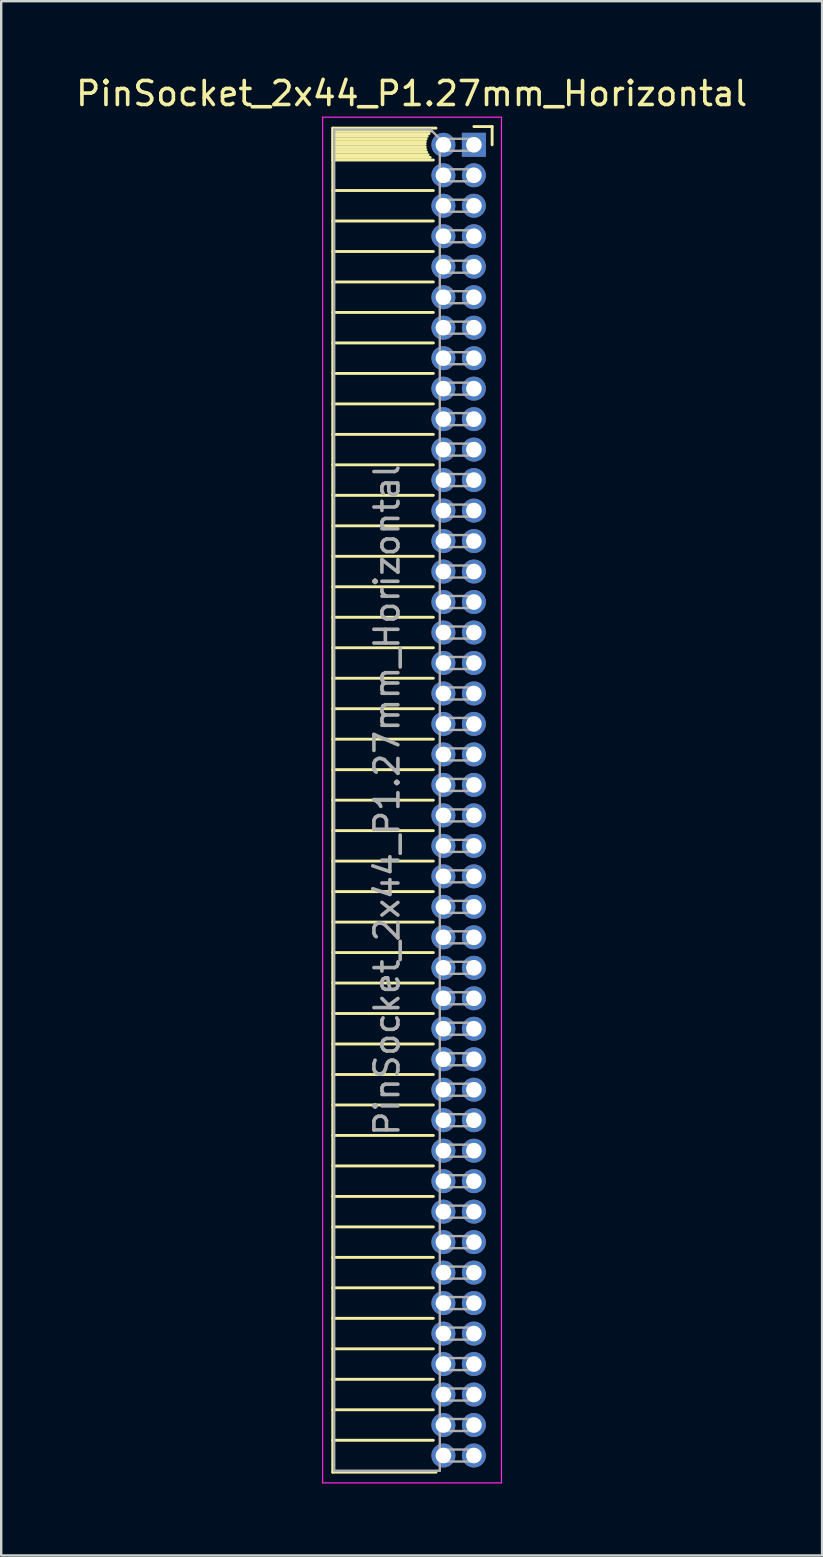
<source format=kicad_pcb>
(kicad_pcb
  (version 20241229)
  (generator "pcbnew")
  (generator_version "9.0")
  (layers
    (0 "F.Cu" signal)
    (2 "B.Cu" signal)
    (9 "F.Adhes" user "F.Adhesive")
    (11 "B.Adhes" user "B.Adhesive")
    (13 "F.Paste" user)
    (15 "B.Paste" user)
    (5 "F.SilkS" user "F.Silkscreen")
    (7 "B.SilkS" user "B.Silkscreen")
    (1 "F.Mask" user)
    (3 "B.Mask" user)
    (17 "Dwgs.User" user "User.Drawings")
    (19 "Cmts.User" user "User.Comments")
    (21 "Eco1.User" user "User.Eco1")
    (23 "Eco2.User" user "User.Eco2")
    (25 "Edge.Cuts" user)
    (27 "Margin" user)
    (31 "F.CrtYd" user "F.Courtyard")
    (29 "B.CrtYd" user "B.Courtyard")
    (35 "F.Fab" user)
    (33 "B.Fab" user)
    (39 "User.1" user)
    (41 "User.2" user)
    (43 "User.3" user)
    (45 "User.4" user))
  (footprint "PinSocket_2x44_P1.27mm_Horizontal"
    (layer "F.Cu")
    (at 16.694 2.983)
    (property "Reference" "PinSocket_2x44_P1.27mm_Horizontal" (at -2.592 -2.135 0) (layer "F.SilkS") (effects (font (size 1 1) (thickness 0.15))))
    (attr through_hole)
    (fp_line (start -5.88 -0.695) (end -5.88 55.305) (stroke (width 0.12) (type solid)) (layer "F.SilkS"))
    (fp_line (start -5.88 -0.695) (end -1.578 -0.695) (stroke (width 0.12) (type solid)) (layer "F.SilkS"))
    (fp_line (start -5.88 -0.575) (end -1.767 -0.575) (stroke (width 0.12) (type solid)) (layer "F.SilkS"))
    (fp_line (start -5.88 -0.465) (end -1.871 -0.465) (stroke (width 0.12) (type solid)) (layer "F.SilkS"))
    (fp_line (start -5.88 -0.355) (end -1.942 -0.355) (stroke (width 0.12) (type solid)) (layer "F.SilkS"))
    (fp_line (start -5.88 -0.245) (end -1.989 -0.245) (stroke (width 0.12) (type solid)) (layer "F.SilkS"))
    (fp_line (start -5.88 -0.135) (end -2.018 -0.135) (stroke (width 0.12) (type solid)) (layer "F.SilkS"))
    (fp_line (start -5.88 -0.025) (end -2.03 -0.025) (stroke (width 0.12) (type solid)) (layer "F.SilkS"))
    (fp_line (start -5.88 0.085) (end -2.025 0.085) (stroke (width 0.12) (type solid)) (layer "F.SilkS"))
    (fp_line (start -5.88 0.195) (end -2.005 0.195) (stroke (width 0.12) (type solid)) (layer "F.SilkS"))
    (fp_line (start -5.88 0.305) (end -1.966 0.305) (stroke (width 0.12) (type solid)) (layer "F.SilkS"))
    (fp_line (start -5.88 0.415) (end -1.907 0.415) (stroke (width 0.12) (type solid)) (layer "F.SilkS"))
    (fp_line (start -5.88 0.525) (end -1.82 0.525) (stroke (width 0.12) (type solid)) (layer "F.SilkS"))
    (fp_line (start -5.88 0.635) (end -1.688 0.635) (stroke (width 0.12) (type solid)) (layer "F.SilkS"))
    (fp_line (start -5.88 1.905) (end -1.688 1.905) (stroke (width 0.12) (type solid)) (layer "F.SilkS"))
    (fp_line (start -5.88 3.175) (end -1.688 3.175) (stroke (width 0.12) (type solid)) (layer "F.SilkS"))
    (fp_line (start -5.88 4.445) (end -1.688 4.445) (stroke (width 0.12) (type solid)) (layer "F.SilkS"))
    (fp_line (start -5.88 5.715) (end -1.688 5.715) (stroke (width 0.12) (type solid)) (layer "F.SilkS"))
    (fp_line (start -5.88 6.985) (end -1.688 6.985) (stroke (width 0.12) (type solid)) (layer "F.SilkS"))
    (fp_line (start -5.88 8.255) (end -1.688 8.255) (stroke (width 0.12) (type solid)) (layer "F.SilkS"))
    (fp_line (start -5.88 9.525) (end -1.688 9.525) (stroke (width 0.12) (type solid)) (layer "F.SilkS"))
    (fp_line (start -5.88 10.795) (end -1.688 10.795) (stroke (width 0.12) (type solid)) (layer "F.SilkS"))
    (fp_line (start -5.88 12.065) (end -1.688 12.065) (stroke (width 0.12) (type solid)) (layer "F.SilkS"))
    (fp_line (start -5.88 13.335) (end -1.688 13.335) (stroke (width 0.12) (type solid)) (layer "F.SilkS"))
    (fp_line (start -5.88 14.605) (end -1.688 14.605) (stroke (width 0.12) (type solid)) (layer "F.SilkS"))
    (fp_line (start -5.88 15.875) (end -1.688 15.875) (stroke (width 0.12) (type solid)) (layer "F.SilkS"))
    (fp_line (start -5.88 17.145) (end -1.688 17.145) (stroke (width 0.12) (type solid)) (layer "F.SilkS"))
    (fp_line (start -5.88 18.415) (end -1.688 18.415) (stroke (width 0.12) (type solid)) (layer "F.SilkS"))
    (fp_line (start -5.88 19.685) (end -1.688 19.685) (stroke (width 0.12) (type solid)) (layer "F.SilkS"))
    (fp_line (start -5.88 20.955) (end -1.688 20.955) (stroke (width 0.12) (type solid)) (layer "F.SilkS"))
    (fp_line (start -5.88 22.225) (end -1.688 22.225) (stroke (width 0.12) (type solid)) (layer "F.SilkS"))
    (fp_line (start -5.88 23.495) (end -1.688 23.495) (stroke (width 0.12) (type solid)) (layer "F.SilkS"))
    (fp_line (start -5.88 24.765) (end -1.688 24.765) (stroke (width 0.12) (type solid)) (layer "F.SilkS"))
    (fp_line (start -5.88 26.035) (end -1.688 26.035) (stroke (width 0.12) (type solid)) (layer "F.SilkS"))
    (fp_line (start -5.88 27.305) (end -1.688 27.305) (stroke (width 0.12) (type solid)) (layer "F.SilkS"))
    (fp_line (start -5.88 28.575) (end -1.688 28.575) (stroke (width 0.12) (type solid)) (layer "F.SilkS"))
    (fp_line (start -5.88 29.845) (end -1.688 29.845) (stroke (width 0.12) (type solid)) (layer "F.SilkS"))
    (fp_line (start -5.88 31.115) (end -1.688 31.115) (stroke (width 0.12) (type solid)) (layer "F.SilkS"))
    (fp_line (start -5.88 32.385) (end -1.688 32.385) (stroke (width 0.12) (type solid)) (layer "F.SilkS"))
    (fp_line (start -5.88 33.655) (end -1.688 33.655) (stroke (width 0.12) (type solid)) (layer "F.SilkS"))
    (fp_line (start -5.88 34.925) (end -1.688 34.925) (stroke (width 0.12) (type solid)) (layer "F.SilkS"))
    (fp_line (start -5.88 36.195) (end -1.688 36.195) (stroke (width 0.12) (type solid)) (layer "F.SilkS"))
    (fp_line (start -5.88 37.465) (end -1.688 37.465) (stroke (width 0.12) (type solid)) (layer "F.SilkS"))
    (fp_line (start -5.88 38.735) (end -1.688 38.735) (stroke (width 0.12) (type solid)) (layer "F.SilkS"))
    (fp_line (start -5.88 40.005) (end -1.688 40.005) (stroke (width 0.12) (type solid)) (layer "F.SilkS"))
    (fp_line (start -5.88 41.275) (end -1.688 41.275) (stroke (width 0.12) (type solid)) (layer "F.SilkS"))
    (fp_line (start -5.88 42.545) (end -1.688 42.545) (stroke (width 0.12) (type solid)) (layer "F.SilkS"))
    (fp_line (start -5.88 43.815) (end -1.688 43.815) (stroke (width 0.12) (type solid)) (layer "F.SilkS"))
    (fp_line (start -5.88 45.085) (end -1.688 45.085) (stroke (width 0.12) (type solid)) (layer "F.SilkS"))
    (fp_line (start -5.88 46.355) (end -1.688 46.355) (stroke (width 0.12) (type solid)) (layer "F.SilkS"))
    (fp_line (start -5.88 47.625) (end -1.688 47.625) (stroke (width 0.12) (type solid)) (layer "F.SilkS"))
    (fp_line (start -5.88 48.895) (end -1.688 48.895) (stroke (width 0.12) (type solid)) (layer "F.SilkS"))
    (fp_line (start -5.88 50.165) (end -1.688 50.165) (stroke (width 0.12) (type solid)) (layer "F.SilkS"))
    (fp_line (start -5.88 51.435) (end -1.688 51.435) (stroke (width 0.12) (type solid)) (layer "F.SilkS"))
    (fp_line (start -5.88 52.705) (end -1.688 52.705) (stroke (width 0.12) (type solid)) (layer "F.SilkS"))
    (fp_line (start -5.88 53.975) (end -1.688 53.975) (stroke (width 0.12) (type solid)) (layer "F.SilkS"))
    (fp_line (start -5.88 55.305) (end -1.578 55.305) (stroke (width 0.12) (type solid)) (layer "F.SilkS"))
    (fp_line (start 0 -0.76) (end 0.76 -0.76) (stroke (width 0.12) (type solid)) (layer "F.SilkS"))
    (fp_line (start 0.76 -0.76) (end 0.76 0) (stroke (width 0.12) (type solid)) (layer "F.SilkS"))
    (fp_line (start -6.3 -1.15) (end -6.3 55.75) (stroke (width 0.05) (type solid)) (layer "F.CrtYd"))
    (fp_line (start -6.3 55.75) (end 1.15 55.75) (stroke (width 0.05) (type solid)) (layer "F.CrtYd"))
    (fp_line (start 1.15 -1.15) (end -6.3 -1.15) (stroke (width 0.05) (type solid)) (layer "F.CrtYd"))
    (fp_line (start 1.15 55.75) (end 1.15 -1.15) (stroke (width 0.05) (type solid)) (layer "F.CrtYd"))
    (fp_line (start -5.82 -0.635) (end -1.805 -0.635) (stroke (width 0.1) (type solid)) (layer "F.Fab"))
    (fp_line (start -5.82 55.245) (end -5.82 -0.635) (stroke (width 0.1) (type solid)) (layer "F.Fab"))
    (fp_line (start -1.805 -0.635) (end -1.42 -0.25) (stroke (width 0.1) (type solid)) (layer "F.Fab"))
    (fp_line (start -1.42 -0.25) (end -1.42 55.245) (stroke (width 0.1) (type solid)) (layer "F.Fab"))
    (fp_line (start -1.42 0.25) (end 0 0.25) (stroke (width 0.1) (type solid)) (layer "F.Fab"))
    (fp_line (start -1.42 1.52) (end 0 1.52) (stroke (width 0.1) (type solid)) (layer "F.Fab"))
    (fp_line (start -1.42 2.79) (end 0 2.79) (stroke (width 0.1) (type solid)) (layer "F.Fab"))
    (fp_line (start -1.42 4.06) (end 0 4.06) (stroke (width 0.1) (type solid)) (layer "F.Fab"))
    (fp_line (start -1.42 5.33) (end 0 5.33) (stroke (width 0.1) (type solid)) (layer "F.Fab"))
    (fp_line (start -1.42 6.6) (end 0 6.6) (stroke (width 0.1) (type solid)) (layer "F.Fab"))
    (fp_line (start -1.42 7.87) (end 0 7.87) (stroke (width 0.1) (type solid)) (layer "F.Fab"))
    (fp_line (start -1.42 9.14) (end 0 9.14) (stroke (width 0.1) (type solid)) (layer "F.Fab"))
    (fp_line (start -1.42 10.41) (end 0 10.41) (stroke (width 0.1) (type solid)) (layer "F.Fab"))
    (fp_line (start -1.42 11.68) (end 0 11.68) (stroke (width 0.1) (type solid)) (layer "F.Fab"))
    (fp_line (start -1.42 12.95) (end 0 12.95) (stroke (width 0.1) (type solid)) (layer "F.Fab"))
    (fp_line (start -1.42 14.22) (end 0 14.22) (stroke (width 0.1) (type solid)) (layer "F.Fab"))
    (fp_line (start -1.42 15.49) (end 0 15.49) (stroke (width 0.1) (type solid)) (layer "F.Fab"))
    (fp_line (start -1.42 16.76) (end 0 16.76) (stroke (width 0.1) (type solid)) (layer "F.Fab"))
    (fp_line (start -1.42 18.03) (end 0 18.03) (stroke (width 0.1) (type solid)) (layer "F.Fab"))
    (fp_line (start -1.42 19.3) (end 0 19.3) (stroke (width 0.1) (type solid)) (layer "F.Fab"))
    (fp_line (start -1.42 20.57) (end 0 20.57) (stroke (width 0.1) (type solid)) (layer "F.Fab"))
    (fp_line (start -1.42 21.84) (end 0 21.84) (stroke (width 0.1) (type solid)) (layer "F.Fab"))
    (fp_line (start -1.42 23.11) (end 0 23.11) (stroke (width 0.1) (type solid)) (layer "F.Fab"))
    (fp_line (start -1.42 24.38) (end 0 24.38) (stroke (width 0.1) (type solid)) (layer "F.Fab"))
    (fp_line (start -1.42 25.65) (end 0 25.65) (stroke (width 0.1) (type solid)) (layer "F.Fab"))
    (fp_line (start -1.42 26.92) (end 0 26.92) (stroke (width 0.1) (type solid)) (layer "F.Fab"))
    (fp_line (start -1.42 28.19) (end 0 28.19) (stroke (width 0.1) (type solid)) (layer "F.Fab"))
    (fp_line (start -1.42 29.46) (end 0 29.46) (stroke (width 0.1) (type solid)) (layer "F.Fab"))
    (fp_line (start -1.42 30.73) (end 0 30.73) (stroke (width 0.1) (type solid)) (layer "F.Fab"))
    (fp_line (start -1.42 32) (end 0 32) (stroke (width 0.1) (type solid)) (layer "F.Fab"))
    (fp_line (start -1.42 33.27) (end 0 33.27) (stroke (width 0.1) (type solid)) (layer "F.Fab"))
    (fp_line (start -1.42 34.54) (end 0 34.54) (stroke (width 0.1) (type solid)) (layer "F.Fab"))
    (fp_line (start -1.42 35.81) (end 0 35.81) (stroke (width 0.1) (type solid)) (layer "F.Fab"))
    (fp_line (start -1.42 37.08) (end 0 37.08) (stroke (width 0.1) (type solid)) (layer "F.Fab"))
    (fp_line (start -1.42 38.35) (end 0 38.35) (stroke (width 0.1) (type solid)) (layer "F.Fab"))
    (fp_line (start -1.42 39.62) (end 0 39.62) (stroke (width 0.1) (type solid)) (layer "F.Fab"))
    (fp_line (start -1.42 40.89) (end 0 40.89) (stroke (width 0.1) (type solid)) (layer "F.Fab"))
    (fp_line (start -1.42 42.16) (end 0 42.16) (stroke (width 0.1) (type solid)) (layer "F.Fab"))
    (fp_line (start -1.42 43.43) (end 0 43.43) (stroke (width 0.1) (type solid)) (layer "F.Fab"))
    (fp_line (start -1.42 44.7) (end 0 44.7) (stroke (width 0.1) (type solid)) (layer "F.Fab"))
    (fp_line (start -1.42 45.97) (end 0 45.97) (stroke (width 0.1) (type solid)) (layer "F.Fab"))
    (fp_line (start -1.42 47.24) (end 0 47.24) (stroke (width 0.1) (type solid)) (layer "F.Fab"))
    (fp_line (start -1.42 48.51) (end 0 48.51) (stroke (width 0.1) (type solid)) (layer "F.Fab"))
    (fp_line (start -1.42 49.78) (end 0 49.78) (stroke (width 0.1) (type solid)) (layer "F.Fab"))
    (fp_line (start -1.42 51.05) (end 0 51.05) (stroke (width 0.1) (type solid)) (layer "F.Fab"))
    (fp_line (start -1.42 52.32) (end 0 52.32) (stroke (width 0.1) (type solid)) (layer "F.Fab"))
    (fp_line (start -1.42 53.59) (end 0 53.59) (stroke (width 0.1) (type solid)) (layer "F.Fab"))
    (fp_line (start -1.42 54.86) (end 0 54.86) (stroke (width 0.1) (type solid)) (layer "F.Fab"))
    (fp_line (start -1.42 55.245) (end -5.82 55.245) (stroke (width 0.1) (type solid)) (layer "F.Fab"))
    (fp_line (start 0 -0.25) (end -1.42 -0.25) (stroke (width 0.1) (type solid)) (layer "F.Fab"))
    (fp_line (start 0 0.25) (end 0 -0.25) (stroke (width 0.1) (type solid)) (layer "F.Fab"))
    (fp_line (start 0 1.02) (end -1.42 1.02) (stroke (width 0.1) (type solid)) (layer "F.Fab"))
    (fp_line (start 0 1.52) (end 0 1.02) (stroke (width 0.1) (type solid)) (layer "F.Fab"))
    (fp_line (start 0 2.29) (end -1.42 2.29) (stroke (width 0.1) (type solid)) (layer "F.Fab"))
    (fp_line (start 0 2.79) (end 0 2.29) (stroke (width 0.1) (type solid)) (layer "F.Fab"))
    (fp_line (start 0 3.56) (end -1.42 3.56) (stroke (width 0.1) (type solid)) (layer "F.Fab"))
    (fp_line (start 0 4.06) (end 0 3.56) (stroke (width 0.1) (type solid)) (layer "F.Fab"))
    (fp_line (start 0 4.83) (end -1.42 4.83) (stroke (width 0.1) (type solid)) (layer "F.Fab"))
    (fp_line (start 0 5.33) (end 0 4.83) (stroke (width 0.1) (type solid)) (layer "F.Fab"))
    (fp_line (start 0 6.1) (end -1.42 6.1) (stroke (width 0.1) (type solid)) (layer "F.Fab"))
    (fp_line (start 0 6.6) (end 0 6.1) (stroke (width 0.1) (type solid)) (layer "F.Fab"))
    (fp_line (start 0 7.37) (end -1.42 7.37) (stroke (width 0.1) (type solid)) (layer "F.Fab"))
    (fp_line (start 0 7.87) (end 0 7.37) (stroke (width 0.1) (type solid)) (layer "F.Fab"))
    (fp_line (start 0 8.64) (end -1.42 8.64) (stroke (width 0.1) (type solid)) (layer "F.Fab"))
    (fp_line (start 0 9.14) (end 0 8.64) (stroke (width 0.1) (type solid)) (layer "F.Fab"))
    (fp_line (start 0 9.91) (end -1.42 9.91) (stroke (width 0.1) (type solid)) (layer "F.Fab"))
    (fp_line (start 0 10.41) (end 0 9.91) (stroke (width 0.1) (type solid)) (layer "F.Fab"))
    (fp_line (start 0 11.18) (end -1.42 11.18) (stroke (width 0.1) (type solid)) (layer "F.Fab"))
    (fp_line (start 0 11.68) (end 0 11.18) (stroke (width 0.1) (type solid)) (layer "F.Fab"))
    (fp_line (start 0 12.45) (end -1.42 12.45) (stroke (width 0.1) (type solid)) (layer "F.Fab"))
    (fp_line (start 0 12.95) (end 0 12.45) (stroke (width 0.1) (type solid)) (layer "F.Fab"))
    (fp_line (start 0 13.72) (end -1.42 13.72) (stroke (width 0.1) (type solid)) (layer "F.Fab"))
    (fp_line (start 0 14.22) (end 0 13.72) (stroke (width 0.1) (type solid)) (layer "F.Fab"))
    (fp_line (start 0 14.99) (end -1.42 14.99) (stroke (width 0.1) (type solid)) (layer "F.Fab"))
    (fp_line (start 0 15.49) (end 0 14.99) (stroke (width 0.1) (type solid)) (layer "F.Fab"))
    (fp_line (start 0 16.26) (end -1.42 16.26) (stroke (width 0.1) (type solid)) (layer "F.Fab"))
    (fp_line (start 0 16.76) (end 0 16.26) (stroke (width 0.1) (type solid)) (layer "F.Fab"))
    (fp_line (start 0 17.53) (end -1.42 17.53) (stroke (width 0.1) (type solid)) (layer "F.Fab"))
    (fp_line (start 0 18.03) (end 0 17.53) (stroke (width 0.1) (type solid)) (layer "F.Fab"))
    (fp_line (start 0 18.8) (end -1.42 18.8) (stroke (width 0.1) (type solid)) (layer "F.Fab"))
    (fp_line (start 0 19.3) (end 0 18.8) (stroke (width 0.1) (type solid)) (layer "F.Fab"))
    (fp_line (start 0 20.07) (end -1.42 20.07) (stroke (width 0.1) (type solid)) (layer "F.Fab"))
    (fp_line (start 0 20.57) (end 0 20.07) (stroke (width 0.1) (type solid)) (layer "F.Fab"))
    (fp_line (start 0 21.34) (end -1.42 21.34) (stroke (width 0.1) (type solid)) (layer "F.Fab"))
    (fp_line (start 0 21.84) (end 0 21.34) (stroke (width 0.1) (type solid)) (layer "F.Fab"))
    (fp_line (start 0 22.61) (end -1.42 22.61) (stroke (width 0.1) (type solid)) (layer "F.Fab"))
    (fp_line (start 0 23.11) (end 0 22.61) (stroke (width 0.1) (type solid)) (layer "F.Fab"))
    (fp_line (start 0 23.88) (end -1.42 23.88) (stroke (width 0.1) (type solid)) (layer "F.Fab"))
    (fp_line (start 0 24.38) (end 0 23.88) (stroke (width 0.1) (type solid)) (layer "F.Fab"))
    (fp_line (start 0 25.15) (end -1.42 25.15) (stroke (width 0.1) (type solid)) (layer "F.Fab"))
    (fp_line (start 0 25.65) (end 0 25.15) (stroke (width 0.1) (type solid)) (layer "F.Fab"))
    (fp_line (start 0 26.42) (end -1.42 26.42) (stroke (width 0.1) (type solid)) (layer "F.Fab"))
    (fp_line (start 0 26.92) (end 0 26.42) (stroke (width 0.1) (type solid)) (layer "F.Fab"))
    (fp_line (start 0 27.69) (end -1.42 27.69) (stroke (width 0.1) (type solid)) (layer "F.Fab"))
    (fp_line (start 0 28.19) (end 0 27.69) (stroke (width 0.1) (type solid)) (layer "F.Fab"))
    (fp_line (start 0 28.96) (end -1.42 28.96) (stroke (width 0.1) (type solid)) (layer "F.Fab"))
    (fp_line (start 0 29.46) (end 0 28.96) (stroke (width 0.1) (type solid)) (layer "F.Fab"))
    (fp_line (start 0 30.23) (end -1.42 30.23) (stroke (width 0.1) (type solid)) (layer "F.Fab"))
    (fp_line (start 0 30.73) (end 0 30.23) (stroke (width 0.1) (type solid)) (layer "F.Fab"))
    (fp_line (start 0 31.5) (end -1.42 31.5) (stroke (width 0.1) (type solid)) (layer "F.Fab"))
    (fp_line (start 0 32) (end 0 31.5) (stroke (width 0.1) (type solid)) (layer "F.Fab"))
    (fp_line (start 0 32.77) (end -1.42 32.77) (stroke (width 0.1) (type solid)) (layer "F.Fab"))
    (fp_line (start 0 33.27) (end 0 32.77) (stroke (width 0.1) (type solid)) (layer "F.Fab"))
    (fp_line (start 0 34.04) (end -1.42 34.04) (stroke (width 0.1) (type solid)) (layer "F.Fab"))
    (fp_line (start 0 34.54) (end 0 34.04) (stroke (width 0.1) (type solid)) (layer "F.Fab"))
    (fp_line (start 0 35.31) (end -1.42 35.31) (stroke (width 0.1) (type solid)) (layer "F.Fab"))
    (fp_line (start 0 35.81) (end 0 35.31) (stroke (width 0.1) (type solid)) (layer "F.Fab"))
    (fp_line (start 0 36.58) (end -1.42 36.58) (stroke (width 0.1) (type solid)) (layer "F.Fab"))
    (fp_line (start 0 37.08) (end 0 36.58) (stroke (width 0.1) (type solid)) (layer "F.Fab"))
    (fp_line (start 0 37.85) (end -1.42 37.85) (stroke (width 0.1) (type solid)) (layer "F.Fab"))
    (fp_line (start 0 38.35) (end 0 37.85) (stroke (width 0.1) (type solid)) (layer "F.Fab"))
    (fp_line (start 0 39.12) (end -1.42 39.12) (stroke (width 0.1) (type solid)) (layer "F.Fab"))
    (fp_line (start 0 39.62) (end 0 39.12) (stroke (width 0.1) (type solid)) (layer "F.Fab"))
    (fp_line (start 0 40.39) (end -1.42 40.39) (stroke (width 0.1) (type solid)) (layer "F.Fab"))
    (fp_line (start 0 40.89) (end 0 40.39) (stroke (width 0.1) (type solid)) (layer "F.Fab"))
    (fp_line (start 0 41.66) (end -1.42 41.66) (stroke (width 0.1) (type solid)) (layer "F.Fab"))
    (fp_line (start 0 42.16) (end 0 41.66) (stroke (width 0.1) (type solid)) (layer "F.Fab"))
    (fp_line (start 0 42.93) (end -1.42 42.93) (stroke (width 0.1) (type solid)) (layer "F.Fab"))
    (fp_line (start 0 43.43) (end 0 42.93) (stroke (width 0.1) (type solid)) (layer "F.Fab"))
    (fp_line (start 0 44.2) (end -1.42 44.2) (stroke (width 0.1) (type solid)) (layer "F.Fab"))
    (fp_line (start 0 44.7) (end 0 44.2) (stroke (width 0.1) (type solid)) (layer "F.Fab"))
    (fp_line (start 0 45.47) (end -1.42 45.47) (stroke (width 0.1) (type solid)) (layer "F.Fab"))
    (fp_line (start 0 45.97) (end 0 45.47) (stroke (width 0.1) (type solid)) (layer "F.Fab"))
    (fp_line (start 0 46.74) (end -1.42 46.74) (stroke (width 0.1) (type solid)) (layer "F.Fab"))
    (fp_line (start 0 47.24) (end 0 46.74) (stroke (width 0.1) (type solid)) (layer "F.Fab"))
    (fp_line (start 0 48.01) (end -1.42 48.01) (stroke (width 0.1) (type solid)) (layer "F.Fab"))
    (fp_line (start 0 48.51) (end 0 48.01) (stroke (width 0.1) (type solid)) (layer "F.Fab"))
    (fp_line (start 0 49.28) (end -1.42 49.28) (stroke (width 0.1) (type solid)) (layer "F.Fab"))
    (fp_line (start 0 49.78) (end 0 49.28) (stroke (width 0.1) (type solid)) (layer "F.Fab"))
    (fp_line (start 0 50.55) (end -1.42 50.55) (stroke (width 0.1) (type solid)) (layer "F.Fab"))
    (fp_line (start 0 51.05) (end 0 50.55) (stroke (width 0.1) (type solid)) (layer "F.Fab"))
    (fp_line (start 0 51.82) (end -1.42 51.82) (stroke (width 0.1) (type solid)) (layer "F.Fab"))
    (fp_line (start 0 52.32) (end 0 51.82) (stroke (width 0.1) (type solid)) (layer "F.Fab"))
    (fp_line (start 0 53.09) (end -1.42 53.09) (stroke (width 0.1) (type solid)) (layer "F.Fab"))
    (fp_line (start 0 53.59) (end 0 53.09) (stroke (width 0.1) (type solid)) (layer "F.Fab"))
    (fp_line (start 0 54.36) (end -1.42 54.36) (stroke (width 0.1) (type solid)) (layer "F.Fab"))
    (fp_line (start 0 54.86) (end 0 54.36) (stroke (width 0.1) (type solid)) (layer "F.Fab"))
    (fp_text user "${REFERENCE}" (at -3.62 27.305 90) (layer "F.Fab") (effects (font (size 1 1) (thickness 0.15))))
    (pad "1" thru_hole rect (at 0 0) (size 1 1) (drill 0.65) (layers "*.Cu" "*.Mask"))
    (pad "2" thru_hole circle (at -1.27 0) (size 1 1) (drill 0.65) (layers "*.Cu" "*.Mask"))
    (pad "3" thru_hole circle (at 0 1.27) (size 1 1) (drill 0.65) (layers "*.Cu" "*.Mask"))
    (pad "4" thru_hole circle (at -1.27 1.27) (size 1 1) (drill 0.65) (layers "*.Cu" "*.Mask"))
    (pad "5" thru_hole circle (at 0 2.54) (size 1 1) (drill 0.65) (layers "*.Cu" "*.Mask"))
    (pad "6" thru_hole circle (at -1.27 2.54) (size 1 1) (drill 0.65) (layers "*.Cu" "*.Mask"))
    (pad "7" thru_hole circle (at 0 3.81) (size 1 1) (drill 0.65) (layers "*.Cu" "*.Mask"))
    (pad "8" thru_hole circle (at -1.27 3.81) (size 1 1) (drill 0.65) (layers "*.Cu" "*.Mask"))
    (pad "9" thru_hole circle (at 0 5.08) (size 1 1) (drill 0.65) (layers "*.Cu" "*.Mask"))
    (pad "10" thru_hole circle (at -1.27 5.08) (size 1 1) (drill 0.65) (layers "*.Cu" "*.Mask"))
    (pad "11" thru_hole circle (at 0 6.35) (size 1 1) (drill 0.65) (layers "*.Cu" "*.Mask"))
    (pad "12" thru_hole circle (at -1.27 6.35) (size 1 1) (drill 0.65) (layers "*.Cu" "*.Mask"))
    (pad "13" thru_hole circle (at 0 7.62) (size 1 1) (drill 0.65) (layers "*.Cu" "*.Mask"))
    (pad "14" thru_hole circle (at -1.27 7.62) (size 1 1) (drill 0.65) (layers "*.Cu" "*.Mask"))
    (pad "15" thru_hole circle (at 0 8.89) (size 1 1) (drill 0.65) (layers "*.Cu" "*.Mask"))
    (pad "16" thru_hole circle (at -1.27 8.89) (size 1 1) (drill 0.65) (layers "*.Cu" "*.Mask"))
    (pad "17" thru_hole circle (at 0 10.16) (size 1 1) (drill 0.65) (layers "*.Cu" "*.Mask"))
    (pad "18" thru_hole circle (at -1.27 10.16) (size 1 1) (drill 0.65) (layers "*.Cu" "*.Mask"))
    (pad "19" thru_hole circle (at 0 11.43) (size 1 1) (drill 0.65) (layers "*.Cu" "*.Mask"))
    (pad "20" thru_hole circle (at -1.27 11.43) (size 1 1) (drill 0.65) (layers "*.Cu" "*.Mask"))
    (pad "21" thru_hole circle (at 0 12.7) (size 1 1) (drill 0.65) (layers "*.Cu" "*.Mask"))
    (pad "22" thru_hole circle (at -1.27 12.7) (size 1 1) (drill 0.65) (layers "*.Cu" "*.Mask"))
    (pad "23" thru_hole circle (at 0 13.97) (size 1 1) (drill 0.65) (layers "*.Cu" "*.Mask"))
    (pad "24" thru_hole circle (at -1.27 13.97) (size 1 1) (drill 0.65) (layers "*.Cu" "*.Mask"))
    (pad "25" thru_hole circle (at 0 15.24) (size 1 1) (drill 0.65) (layers "*.Cu" "*.Mask"))
    (pad "26" thru_hole circle (at -1.27 15.24) (size 1 1) (drill 0.65) (layers "*.Cu" "*.Mask"))
    (pad "27" thru_hole circle (at 0 16.51) (size 1 1) (drill 0.65) (layers "*.Cu" "*.Mask"))
    (pad "28" thru_hole circle (at -1.27 16.51) (size 1 1) (drill 0.65) (layers "*.Cu" "*.Mask"))
    (pad "29" thru_hole circle (at 0 17.78) (size 1 1) (drill 0.65) (layers "*.Cu" "*.Mask"))
    (pad "30" thru_hole circle (at -1.27 17.78) (size 1 1) (drill 0.65) (layers "*.Cu" "*.Mask"))
    (pad "31" thru_hole circle (at 0 19.05) (size 1 1) (drill 0.65) (layers "*.Cu" "*.Mask"))
    (pad "32" thru_hole circle (at -1.27 19.05) (size 1 1) (drill 0.65) (layers "*.Cu" "*.Mask"))
    (pad "33" thru_hole circle (at 0 20.32) (size 1 1) (drill 0.65) (layers "*.Cu" "*.Mask"))
    (pad "34" thru_hole circle (at -1.27 20.32) (size 1 1) (drill 0.65) (layers "*.Cu" "*.Mask"))
    (pad "35" thru_hole circle (at 0 21.59) (size 1 1) (drill 0.65) (layers "*.Cu" "*.Mask"))
    (pad "36" thru_hole circle (at -1.27 21.59) (size 1 1) (drill 0.65) (layers "*.Cu" "*.Mask"))
    (pad "37" thru_hole circle (at 0 22.86) (size 1 1) (drill 0.65) (layers "*.Cu" "*.Mask"))
    (pad "38" thru_hole circle (at -1.27 22.86) (size 1 1) (drill 0.65) (layers "*.Cu" "*.Mask"))
    (pad "39" thru_hole circle (at 0 24.13) (size 1 1) (drill 0.65) (layers "*.Cu" "*.Mask"))
    (pad "40" thru_hole circle (at -1.27 24.13) (size 1 1) (drill 0.65) (layers "*.Cu" "*.Mask"))
    (pad "41" thru_hole circle (at 0 25.4) (size 1 1) (drill 0.65) (layers "*.Cu" "*.Mask"))
    (pad "42" thru_hole circle (at -1.27 25.4) (size 1 1) (drill 0.65) (layers "*.Cu" "*.Mask"))
    (pad "43" thru_hole circle (at 0 26.67) (size 1 1) (drill 0.65) (layers "*.Cu" "*.Mask"))
    (pad "44" thru_hole circle (at -1.27 26.67) (size 1 1) (drill 0.65) (layers "*.Cu" "*.Mask"))
    (pad "45" thru_hole circle (at 0 27.94) (size 1 1) (drill 0.65) (layers "*.Cu" "*.Mask"))
    (pad "46" thru_hole circle (at -1.27 27.94) (size 1 1) (drill 0.65) (layers "*.Cu" "*.Mask"))
    (pad "47" thru_hole circle (at 0 29.21) (size 1 1) (drill 0.65) (layers "*.Cu" "*.Mask"))
    (pad "48" thru_hole circle (at -1.27 29.21) (size 1 1) (drill 0.65) (layers "*.Cu" "*.Mask"))
    (pad "49" thru_hole circle (at 0 30.48) (size 1 1) (drill 0.65) (layers "*.Cu" "*.Mask"))
    (pad "50" thru_hole circle (at -1.27 30.48) (size 1 1) (drill 0.65) (layers "*.Cu" "*.Mask"))
    (pad "51" thru_hole circle (at 0 31.75) (size 1 1) (drill 0.65) (layers "*.Cu" "*.Mask"))
    (pad "52" thru_hole circle (at -1.27 31.75) (size 1 1) (drill 0.65) (layers "*.Cu" "*.Mask"))
    (pad "53" thru_hole circle (at 0 33.02) (size 1 1) (drill 0.65) (layers "*.Cu" "*.Mask"))
    (pad "54" thru_hole circle (at -1.27 33.02) (size 1 1) (drill 0.65) (layers "*.Cu" "*.Mask"))
    (pad "55" thru_hole circle (at 0 34.29) (size 1 1) (drill 0.65) (layers "*.Cu" "*.Mask"))
    (pad "56" thru_hole circle (at -1.27 34.29) (size 1 1) (drill 0.65) (layers "*.Cu" "*.Mask"))
    (pad "57" thru_hole circle (at 0 35.56) (size 1 1) (drill 0.65) (layers "*.Cu" "*.Mask"))
    (pad "58" thru_hole circle (at -1.27 35.56) (size 1 1) (drill 0.65) (layers "*.Cu" "*.Mask"))
    (pad "59" thru_hole circle (at 0 36.83) (size 1 1) (drill 0.65) (layers "*.Cu" "*.Mask"))
    (pad "60" thru_hole circle (at -1.27 36.83) (size 1 1) (drill 0.65) (layers "*.Cu" "*.Mask"))
    (pad "61" thru_hole circle (at 0 38.1) (size 1 1) (drill 0.65) (layers "*.Cu" "*.Mask"))
    (pad "62" thru_hole circle (at -1.27 38.1) (size 1 1) (drill 0.65) (layers "*.Cu" "*.Mask"))
    (pad "63" thru_hole circle (at 0 39.37) (size 1 1) (drill 0.65) (layers "*.Cu" "*.Mask"))
    (pad "64" thru_hole circle (at -1.27 39.37) (size 1 1) (drill 0.65) (layers "*.Cu" "*.Mask"))
    (pad "65" thru_hole circle (at 0 40.64) (size 1 1) (drill 0.65) (layers "*.Cu" "*.Mask"))
    (pad "66" thru_hole circle (at -1.27 40.64) (size 1 1) (drill 0.65) (layers "*.Cu" "*.Mask"))
    (pad "67" thru_hole circle (at 0 41.91) (size 1 1) (drill 0.65) (layers "*.Cu" "*.Mask"))
    (pad "68" thru_hole circle (at -1.27 41.91) (size 1 1) (drill 0.65) (layers "*.Cu" "*.Mask"))
    (pad "69" thru_hole circle (at 0 43.18) (size 1 1) (drill 0.65) (layers "*.Cu" "*.Mask"))
    (pad "70" thru_hole circle (at -1.27 43.18) (size 1 1) (drill 0.65) (layers "*.Cu" "*.Mask"))
    (pad "71" thru_hole circle (at 0 44.45) (size 1 1) (drill 0.65) (layers "*.Cu" "*.Mask"))
    (pad "72" thru_hole circle (at -1.27 44.45) (size 1 1) (drill 0.65) (layers "*.Cu" "*.Mask"))
    (pad "73" thru_hole circle (at 0 45.72) (size 1 1) (drill 0.65) (layers "*.Cu" "*.Mask"))
    (pad "74" thru_hole circle (at -1.27 45.72) (size 1 1) (drill 0.65) (layers "*.Cu" "*.Mask"))
    (pad "75" thru_hole circle (at 0 46.99) (size 1 1) (drill 0.65) (layers "*.Cu" "*.Mask"))
    (pad "76" thru_hole circle (at -1.27 46.99) (size 1 1) (drill 0.65) (layers "*.Cu" "*.Mask"))
    (pad "77" thru_hole circle (at 0 48.26) (size 1 1) (drill 0.65) (layers "*.Cu" "*.Mask"))
    (pad "78" thru_hole circle (at -1.27 48.26) (size 1 1) (drill 0.65) (layers "*.Cu" "*.Mask"))
    (pad "79" thru_hole circle (at 0 49.53) (size 1 1) (drill 0.65) (layers "*.Cu" "*.Mask"))
    (pad "80" thru_hole circle (at -1.27 49.53) (size 1 1) (drill 0.65) (layers "*.Cu" "*.Mask"))
    (pad "81" thru_hole circle (at 0 50.8) (size 1 1) (drill 0.65) (layers "*.Cu" "*.Mask"))
    (pad "82" thru_hole circle (at -1.27 50.8) (size 1 1) (drill 0.65) (layers "*.Cu" "*.Mask"))
    (pad "83" thru_hole circle (at 0 52.07) (size 1 1) (drill 0.65) (layers "*.Cu" "*.Mask"))
    (pad "84" thru_hole circle (at -1.27 52.07) (size 1 1) (drill 0.65) (layers "*.Cu" "*.Mask"))
    (pad "85" thru_hole circle (at 0 53.34) (size 1 1) (drill 0.65) (layers "*.Cu" "*.Mask"))
    (pad "86" thru_hole circle (at -1.27 53.34) (size 1 1) (drill 0.65) (layers "*.Cu" "*.Mask"))
    (pad "87" thru_hole circle (at 0 54.61) (size 1 1) (drill 0.65) (layers "*.Cu" "*.Mask"))
    (pad "88" thru_hole circle (at -1.27 54.61) (size 1 1) (drill 0.65) (layers "*.Cu" "*.Mask")))
  (gr_rect
    (start -3 -3)
    (end 31.202 61.758)
    (stroke (width 0.1) (type default))
    (fill no)
    (layer "Edge.Cuts")))
</source>
